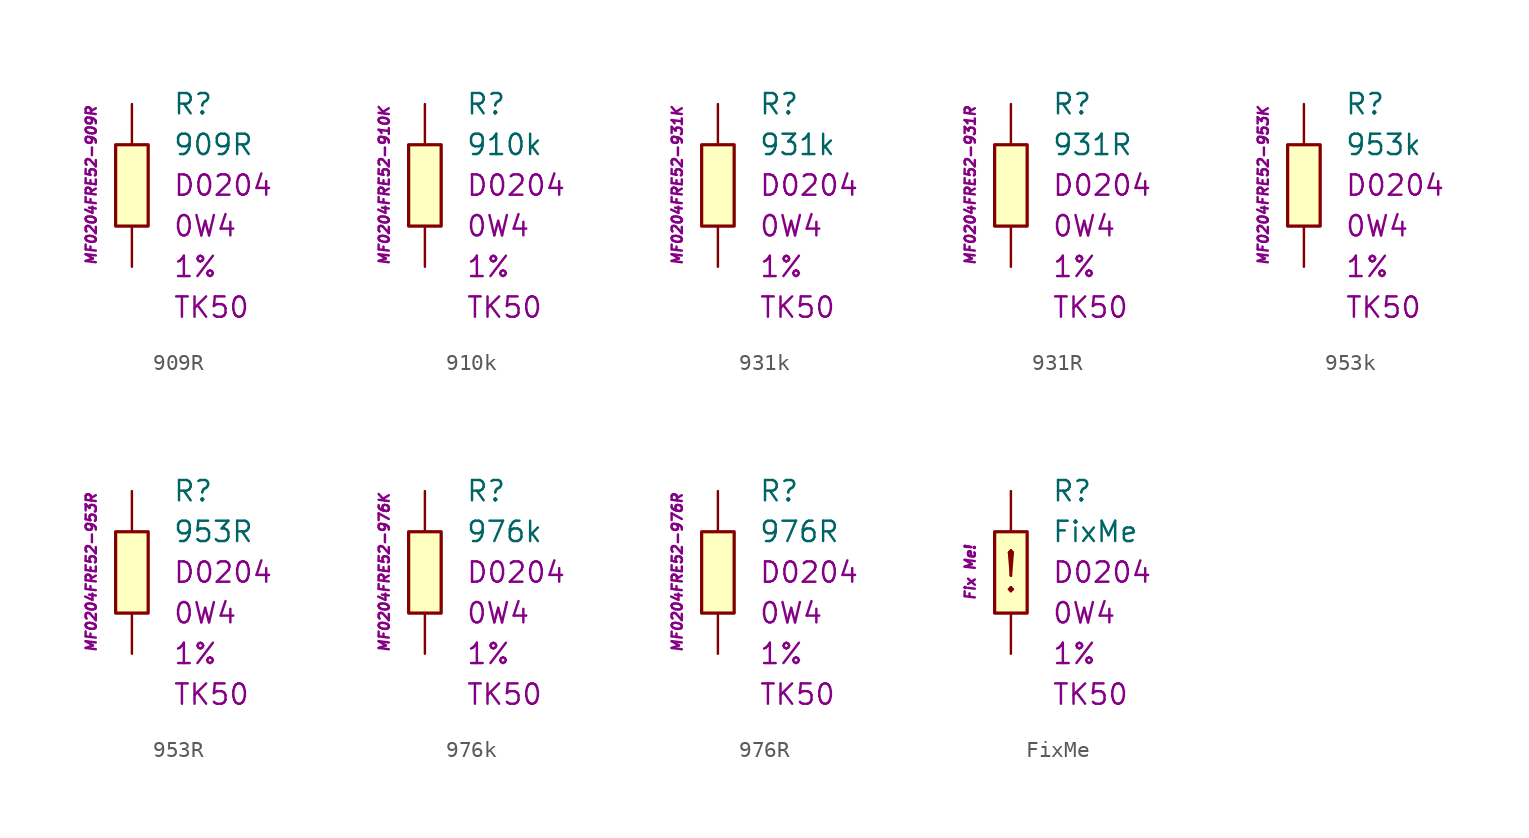
<source format=kicad_sym>
(kicad_symbol_lib
  (version 20201005)
  (generator kicad_symbol_editor)
  (symbol "909R"
    (pin_numbers hide)
    (pin_names
      (offset 1.016) hide)
    (property "Reference" "R"
      (at 2.54 5.08 0)
      (effects (font (size 1.27 1.27)) (justify left)))
    (property "Value" "909R"
      (at 2.54 2.54 0)
      (effects (font (size 1.27 1.27)) (justify left)))
    (property "Package" "D0204"
      (at 2.54 0 0)
      (effects (font (size 1.27 1.27)) (justify left)))
    (property "Power" "0W4"
      (at 2.54 -2.54 0)
      (effects (font (size 1.27 1.27)) (justify left)))
    (property "Tolerance" "1%"
      (at 2.54 -5.08 0)
      (effects (font (size 1.27 1.27)) (justify left)))
    (property "TK" "TK50"
      (at 2.54 -7.62 0)
      (effects (font (size 1.27 1.27)) (justify left)))
    (property "ID" "MF0204FRE52-909R"
      (at -2.54 0 90)
      (effects (font (size 0.635 0.635) italic)))
    (symbol "909R_0_1"
      (rectangle (start -1.016 2.54) (end 1.016 -2.54) (stroke (width 0.203)) (fill (type background))))
    (symbol "909R_1_1"
      (pin passive line (at 0 5.08 270) (length 2.54) (name "~" (effects (font (size 1.778 1.778)))) (number "1" (effects (font (size 1.778 1.778)))))
      (pin passive line (at 0 -5.08 90) (length 2.54) (name "~" (effects (font (size 1.778 1.778)))) (number "2" (effects (font (size 1.778 1.778)))))))
  (symbol "910k"
    (pin_numbers hide)
    (pin_names
      (offset 1.016) hide)
    (property "Reference" "R"
      (at 2.54 5.08 0)
      (effects (font (size 1.27 1.27)) (justify left)))
    (property "Value" "910k"
      (at 2.54 2.54 0)
      (effects (font (size 1.27 1.27)) (justify left)))
    (property "Package" "D0204"
      (at 2.54 0 0)
      (effects (font (size 1.27 1.27)) (justify left)))
    (property "Power" "0W4"
      (at 2.54 -2.54 0)
      (effects (font (size 1.27 1.27)) (justify left)))
    (property "Tolerance" "1%"
      (at 2.54 -5.08 0)
      (effects (font (size 1.27 1.27)) (justify left)))
    (property "TK" "TK50"
      (at 2.54 -7.62 0)
      (effects (font (size 1.27 1.27)) (justify left)))
    (property "ID" "MF0204FRE52-910K"
      (at -2.54 0 90)
      (effects (font (size 0.635 0.635) italic)))
    (symbol "910k_0_1"
      (rectangle (start -1.016 2.54) (end 1.016 -2.54) (stroke (width 0.203)) (fill (type background))))
    (symbol "910k_1_1"
      (pin passive line (at 0 5.08 270) (length 2.54) (name "~" (effects (font (size 1.778 1.778)))) (number "1" (effects (font (size 1.778 1.778)))))
      (pin passive line (at 0 -5.08 90) (length 2.54) (name "~" (effects (font (size 1.778 1.778)))) (number "2" (effects (font (size 1.778 1.778)))))))
  (symbol "931k"
    (pin_numbers hide)
    (pin_names
      (offset 1.016) hide)
    (property "Reference" "R"
      (at 2.54 5.08 0)
      (effects (font (size 1.27 1.27)) (justify left)))
    (property "Value" "931k"
      (at 2.54 2.54 0)
      (effects (font (size 1.27 1.27)) (justify left)))
    (property "Package" "D0204"
      (at 2.54 0 0)
      (effects (font (size 1.27 1.27)) (justify left)))
    (property "Power" "0W4"
      (at 2.54 -2.54 0)
      (effects (font (size 1.27 1.27)) (justify left)))
    (property "Tolerance" "1%"
      (at 2.54 -5.08 0)
      (effects (font (size 1.27 1.27)) (justify left)))
    (property "TK" "TK50"
      (at 2.54 -7.62 0)
      (effects (font (size 1.27 1.27)) (justify left)))
    (property "ID" "MF0204FRE52-931K"
      (at -2.54 0 90)
      (effects (font (size 0.635 0.635) italic)))
    (symbol "931k_0_1"
      (rectangle (start -1.016 2.54) (end 1.016 -2.54) (stroke (width 0.203)) (fill (type background))))
    (symbol "931k_1_1"
      (pin passive line (at 0 5.08 270) (length 2.54) (name "~" (effects (font (size 1.778 1.778)))) (number "1" (effects (font (size 1.778 1.778)))))
      (pin passive line (at 0 -5.08 90) (length 2.54) (name "~" (effects (font (size 1.778 1.778)))) (number "2" (effects (font (size 1.778 1.778)))))))
  (symbol "931R"
    (pin_numbers hide)
    (pin_names
      (offset 1.016) hide)
    (property "Reference" "R"
      (at 2.54 5.08 0)
      (effects (font (size 1.27 1.27)) (justify left)))
    (property "Value" "931R"
      (at 2.54 2.54 0)
      (effects (font (size 1.27 1.27)) (justify left)))
    (property "Package" "D0204"
      (at 2.54 0 0)
      (effects (font (size 1.27 1.27)) (justify left)))
    (property "Power" "0W4"
      (at 2.54 -2.54 0)
      (effects (font (size 1.27 1.27)) (justify left)))
    (property "Tolerance" "1%"
      (at 2.54 -5.08 0)
      (effects (font (size 1.27 1.27)) (justify left)))
    (property "TK" "TK50"
      (at 2.54 -7.62 0)
      (effects (font (size 1.27 1.27)) (justify left)))
    (property "ID" "MF0204FRE52-931R"
      (at -2.54 0 90)
      (effects (font (size 0.635 0.635) italic)))
    (symbol "931R_0_1"
      (rectangle (start -1.016 2.54) (end 1.016 -2.54) (stroke (width 0.203)) (fill (type background))))
    (symbol "931R_1_1"
      (pin passive line (at 0 5.08 270) (length 2.54) (name "~" (effects (font (size 1.778 1.778)))) (number "1" (effects (font (size 1.778 1.778)))))
      (pin passive line (at 0 -5.08 90) (length 2.54) (name "~" (effects (font (size 1.778 1.778)))) (number "2" (effects (font (size 1.778 1.778)))))))
  (symbol "953k"
    (pin_numbers hide)
    (pin_names
      (offset 1.016) hide)
    (property "Reference" "R"
      (at 2.54 5.08 0)
      (effects (font (size 1.27 1.27)) (justify left)))
    (property "Value" "953k"
      (at 2.54 2.54 0)
      (effects (font (size 1.27 1.27)) (justify left)))
    (property "Package" "D0204"
      (at 2.54 0 0)
      (effects (font (size 1.27 1.27)) (justify left)))
    (property "Power" "0W4"
      (at 2.54 -2.54 0)
      (effects (font (size 1.27 1.27)) (justify left)))
    (property "Tolerance" "1%"
      (at 2.54 -5.08 0)
      (effects (font (size 1.27 1.27)) (justify left)))
    (property "TK" "TK50"
      (at 2.54 -7.62 0)
      (effects (font (size 1.27 1.27)) (justify left)))
    (property "ID" "MF0204FRE52-953K"
      (at -2.54 0 90)
      (effects (font (size 0.635 0.635) italic)))
    (symbol "953k_0_1"
      (rectangle (start -1.016 2.54) (end 1.016 -2.54) (stroke (width 0.203)) (fill (type background))))
    (symbol "953k_1_1"
      (pin passive line (at 0 5.08 270) (length 2.54) (name "~" (effects (font (size 1.778 1.778)))) (number "1" (effects (font (size 1.778 1.778)))))
      (pin passive line (at 0 -5.08 90) (length 2.54) (name "~" (effects (font (size 1.778 1.778)))) (number "2" (effects (font (size 1.778 1.778)))))))
  (symbol "953R"
    (pin_numbers hide)
    (pin_names
      (offset 1.016) hide)
    (property "Reference" "R"
      (at 2.54 5.08 0)
      (effects (font (size 1.27 1.27)) (justify left)))
    (property "Value" "953R"
      (at 2.54 2.54 0)
      (effects (font (size 1.27 1.27)) (justify left)))
    (property "Package" "D0204"
      (at 2.54 0 0)
      (effects (font (size 1.27 1.27)) (justify left)))
    (property "Power" "0W4"
      (at 2.54 -2.54 0)
      (effects (font (size 1.27 1.27)) (justify left)))
    (property "Tolerance" "1%"
      (at 2.54 -5.08 0)
      (effects (font (size 1.27 1.27)) (justify left)))
    (property "TK" "TK50"
      (at 2.54 -7.62 0)
      (effects (font (size 1.27 1.27)) (justify left)))
    (property "ID" "MF0204FRE52-953R"
      (at -2.54 0 90)
      (effects (font (size 0.635 0.635) italic)))
    (symbol "953R_0_1"
      (rectangle (start -1.016 2.54) (end 1.016 -2.54) (stroke (width 0.203)) (fill (type background))))
    (symbol "953R_1_1"
      (pin passive line (at 0 5.08 270) (length 2.54) (name "~" (effects (font (size 1.778 1.778)))) (number "1" (effects (font (size 1.778 1.778)))))
      (pin passive line (at 0 -5.08 90) (length 2.54) (name "~" (effects (font (size 1.778 1.778)))) (number "2" (effects (font (size 1.778 1.778)))))))
  (symbol "976k"
    (pin_numbers hide)
    (pin_names
      (offset 1.016) hide)
    (property "Reference" "R"
      (at 2.54 5.08 0)
      (effects (font (size 1.27 1.27)) (justify left)))
    (property "Value" "976k"
      (at 2.54 2.54 0)
      (effects (font (size 1.27 1.27)) (justify left)))
    (property "Package" "D0204"
      (at 2.54 0 0)
      (effects (font (size 1.27 1.27)) (justify left)))
    (property "Power" "0W4"
      (at 2.54 -2.54 0)
      (effects (font (size 1.27 1.27)) (justify left)))
    (property "Tolerance" "1%"
      (at 2.54 -5.08 0)
      (effects (font (size 1.27 1.27)) (justify left)))
    (property "TK" "TK50"
      (at 2.54 -7.62 0)
      (effects (font (size 1.27 1.27)) (justify left)))
    (property "ID" "MF0204FRE52-976K"
      (at -2.54 0 90)
      (effects (font (size 0.635 0.635) italic)))
    (symbol "976k_0_1"
      (rectangle (start -1.016 2.54) (end 1.016 -2.54) (stroke (width 0.203)) (fill (type background))))
    (symbol "976k_1_1"
      (pin passive line (at 0 5.08 270) (length 2.54) (name "~" (effects (font (size 1.778 1.778)))) (number "1" (effects (font (size 1.778 1.778)))))
      (pin passive line (at 0 -5.08 90) (length 2.54) (name "~" (effects (font (size 1.778 1.778)))) (number "2" (effects (font (size 1.778 1.778)))))))
  (symbol "976R"
    (pin_numbers hide)
    (pin_names
      (offset 1.016) hide)
    (property "Reference" "R"
      (at 2.54 5.08 0)
      (effects (font (size 1.27 1.27)) (justify left)))
    (property "Value" "976R"
      (at 2.54 2.54 0)
      (effects (font (size 1.27 1.27)) (justify left)))
    (property "Package" "D0204"
      (at 2.54 0 0)
      (effects (font (size 1.27 1.27)) (justify left)))
    (property "Power" "0W4"
      (at 2.54 -2.54 0)
      (effects (font (size 1.27 1.27)) (justify left)))
    (property "Tolerance" "1%"
      (at 2.54 -5.08 0)
      (effects (font (size 1.27 1.27)) (justify left)))
    (property "TK" "TK50"
      (at 2.54 -7.62 0)
      (effects (font (size 1.27 1.27)) (justify left)))
    (property "ID" "MF0204FRE52-976R"
      (at -2.54 0 90)
      (effects (font (size 0.635 0.635) italic)))
    (symbol "976R_0_1"
      (rectangle (start -1.016 2.54) (end 1.016 -2.54) (stroke (width 0.203)) (fill (type background))))
    (symbol "976R_1_1"
      (pin passive line (at 0 5.08 270) (length 2.54) (name "~" (effects (font (size 1.778 1.778)))) (number "1" (effects (font (size 1.778 1.778)))))
      (pin passive line (at 0 -5.08 90) (length 2.54) (name "~" (effects (font (size 1.778 1.778)))) (number "2" (effects (font (size 1.778 1.778)))))))
  (symbol "FixMe"
    (pin_numbers hide)
    (pin_names
      (offset 1.016) hide)
    (property "Reference" "R"
      (at 2.54 5.08 0)
      (effects (font (size 1.27 1.27)) (justify left)))
    (property "Value" "FixMe"
      (at 2.54 2.54 0)
      (effects (font (size 1.27 1.27)) (justify left)))
    (property "Package" "D0204"
      (at 2.54 0 0)
      (effects (font (size 1.27 1.27)) (justify left)))
    (property "Power" "0W4"
      (at 2.54 -2.54 0)
      (effects (font (size 1.27 1.27)) (justify left)))
    (property "Tolerance" "1%"
      (at 2.54 -5.08 0)
      (effects (font (size 1.27 1.27)) (justify left)))
    (property "TK" "TK50"
      (at 2.54 -7.62 0)
      (effects (font (size 1.27 1.27)) (justify left)))
    (property "ID" "Fix Me!"
      (at -2.54 0 90)
      (effects (font (size 0.635 0.635) italic)))
    (symbol "FixMe_0_0"
      (text "!" (at 0 0 0) (effects (font (size 2.54 2.54)))))
    (symbol "FixMe_0_1"
      (rectangle (start -1.016 2.54) (end 1.016 -2.54) (stroke (width 0.203)) (fill (type background))))
    (symbol "FixMe_1_1"
      (pin passive line (at 0 5.08 270) (length 2.54) (name "~" (effects (font (size 1.778 1.778)))) (number "1" (effects (font (size 1.778 1.778)))))
      (pin passive line (at 0 -5.08 90) (length 2.54) (name "~" (effects (font (size 1.778 1.778)))) (number "2" (effects (font (size 1.778 1.778))))))))
</source>
